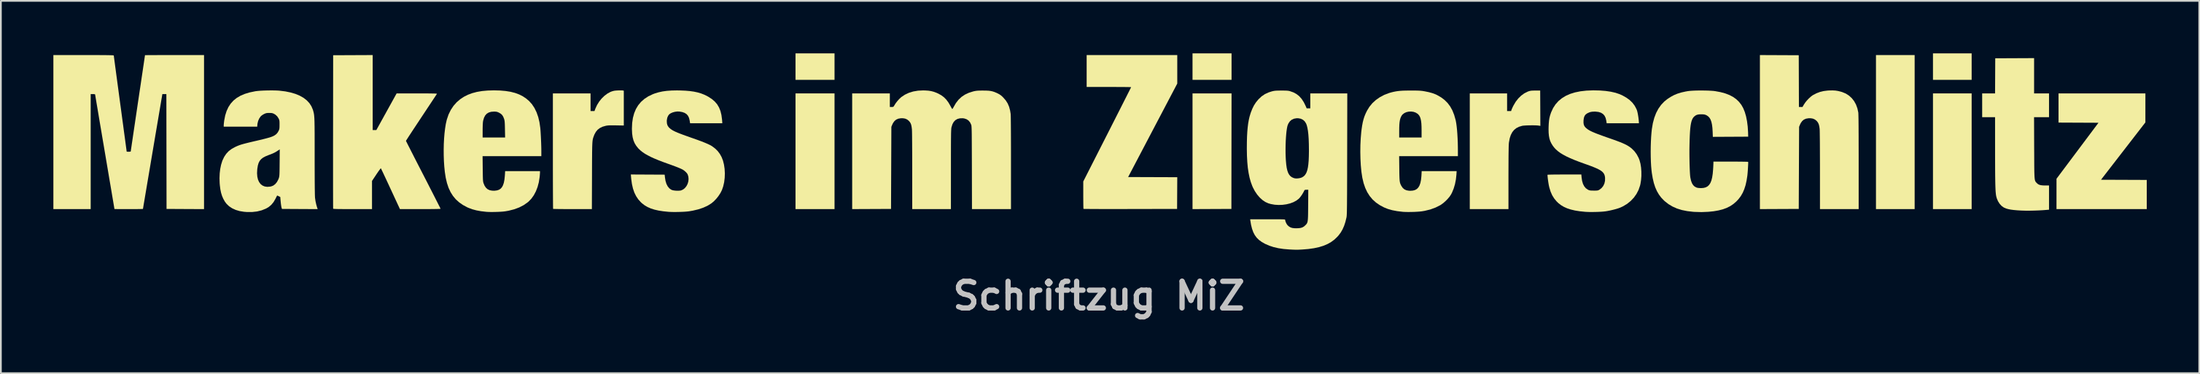
<source format=kicad_pcb>
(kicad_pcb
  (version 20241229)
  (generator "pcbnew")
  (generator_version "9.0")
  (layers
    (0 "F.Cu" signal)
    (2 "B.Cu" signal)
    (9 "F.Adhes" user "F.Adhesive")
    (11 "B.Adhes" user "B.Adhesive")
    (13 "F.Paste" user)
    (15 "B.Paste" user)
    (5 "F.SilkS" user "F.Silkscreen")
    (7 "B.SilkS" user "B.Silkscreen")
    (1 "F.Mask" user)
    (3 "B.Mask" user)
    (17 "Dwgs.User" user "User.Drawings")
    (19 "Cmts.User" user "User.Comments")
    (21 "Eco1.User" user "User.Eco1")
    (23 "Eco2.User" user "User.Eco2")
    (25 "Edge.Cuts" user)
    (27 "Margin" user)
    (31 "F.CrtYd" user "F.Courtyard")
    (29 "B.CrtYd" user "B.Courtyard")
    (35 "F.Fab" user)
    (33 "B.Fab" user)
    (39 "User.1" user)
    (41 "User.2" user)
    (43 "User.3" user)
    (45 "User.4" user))
  (footprint "Schriftzug MiZ"
    (layer "F.Cu")
    (at 59.738 5.604)
    (property "Reference" "Schriftzug MiZ" (at 0 8.255 0) (layer "Dwgs.User") (effects (font (size 1.524 1.524) (thickness 0.3))))
    (attr board_only exclude_from_pos_files exclude_from_bom)
    (fp_poly (pts (xy -15.104 -4.091) (xy -17.334 -4.091) (xy -17.334 -5.604) (xy -15.104 -5.604)) (stroke (width 0) (type solid)) (fill yes) (layer "F.SilkS"))
    (fp_poly (pts (xy -15.104 3.296) (xy -17.334 3.296) (xy -17.334 -3.316) (xy -15.104 -3.316)) (stroke (width 0) (type solid)) (fill yes) (layer "F.SilkS"))
    (fp_poly (pts (xy 7.581 -4.091) (xy 5.351 -4.091) (xy 5.351 -5.604) (xy 7.581 -5.604)) (stroke (width 0) (type solid)) (fill yes) (layer "F.SilkS"))
    (fp_poly (pts (xy 46.612 3.296) (xy 44.402 3.296) (xy 44.402 -5.507) (xy 46.612 -5.507)) (stroke (width 0) (type solid)) (fill yes) (layer "F.SilkS"))
    (fp_poly (pts (xy 49.869 -4.091) (xy 47.659 -4.091) (xy 47.659 -5.604) (xy 49.869 -5.604)) (stroke (width 0) (type solid)) (fill yes) (layer "F.SilkS"))
    (fp_poly (pts (xy 49.869 3.296) (xy 47.659 3.296) (xy 47.659 -3.316) (xy 49.869 -3.316)) (stroke (width 0) (type solid)) (fill yes) (layer "F.SilkS"))
    (fp_poly (pts (xy 7.576 -0.015) (xy 7.572 3.286) (xy 5.351 3.296) (xy 5.351 -3.316) (xy 7.581 -3.316)) (stroke (width 0) (type solid)) (fill yes) (layer "F.SilkS"))
    (fp_poly (pts (xy 59.796 -1.658) (xy 57.26 1.619) (xy 58.567 1.624) (xy 59.874 1.629) (xy 59.874 3.296) (xy 54.717 3.296) (xy 54.718 1.561) (xy 57.115 -1.638) (xy 55.974 -1.643) (xy 54.833 -1.648) (xy 54.833 -3.316) (xy 59.797 -3.316)) (stroke (width 0) (type solid)) (fill yes) (layer "F.SilkS"))
    (fp_poly (pts (xy 25.221 -2.47) (xy 25.226 -1.46) (xy 25.134 -1.475) (xy 25.059 -1.484) (xy 24.957 -1.489) (xy 24.834 -1.492) (xy 24.701 -1.492) (xy 24.565 -1.49) (xy 24.436 -1.486) (xy 24.322 -1.479) (xy 24.232 -1.471) (xy 24.19 -1.464) (xy 24.01 -1.411) (xy 23.856 -1.334) (xy 23.727 -1.231) (xy 23.621 -1.1) (xy 23.537 -0.94) (xy 23.475 -0.75) (xy 23.433 -0.528) (xy 23.423 -0.446) (xy 23.42 -0.396) (xy 23.417 -0.31) (xy 23.414 -0.19) (xy 23.412 -0.039) (xy 23.409 0.141) (xy 23.407 0.348) (xy 23.406 0.577) (xy 23.405 0.829) (xy 23.404 1.098) (xy 23.403 1.384) (xy 23.403 1.517) (xy 23.403 3.296) (xy 21.193 3.296) (xy 21.193 -3.316) (xy 23.325 -3.316) (xy 23.325 -2.307) (xy 23.555 -2.307) (xy 23.578 -2.38) (xy 23.598 -2.43) (xy 23.63 -2.501) (xy 23.669 -2.583) (xy 23.688 -2.621) (xy 23.816 -2.838) (xy 23.964 -3.028) (xy 24.13 -3.19) (xy 24.31 -3.321) (xy 24.501 -3.417) (xy 24.547 -3.434) (xy 24.606 -3.452) (xy 24.663 -3.465) (xy 24.73 -3.473) (xy 24.815 -3.477) (xy 24.927 -3.479) (xy 24.944 -3.479) (xy 25.216 -3.48)) (stroke (width 0) (type solid)) (fill yes) (layer "F.SilkS"))
    (fp_poly (pts (xy 4.479 -3.878) (xy 3.075 -1.207) (xy 1.672 1.464) (xy 3.076 1.469) (xy 4.479 1.474) (xy 4.474 2.38) (xy 4.469 3.286) (xy 1.802 3.291) (xy 1.483 3.292) (xy 1.175 3.292) (xy 0.88 3.292) (xy 0.6 3.292) (xy 0.338 3.292) (xy 0.095 3.292) (xy -0.126 3.291) (xy -0.323 3.29) (xy -0.494 3.289) (xy -0.637 3.288) (xy -0.748 3.287) (xy -0.827 3.286) (xy -0.871 3.284) (xy -0.879 3.283) (xy -0.882 3.262) (xy -0.884 3.206) (xy -0.887 3.119) (xy -0.889 3.006) (xy -0.89 2.871) (xy -0.891 2.719) (xy -0.892 2.553) (xy -0.892 2.494) (xy -0.892 1.717) (xy 0.475 -0.972) (xy 0.629 -1.274) (xy 0.777 -1.567) (xy 0.92 -1.848) (xy 1.056 -2.117) (xy 1.185 -2.37) (xy 1.305 -2.607) (xy 1.415 -2.825) (xy 1.515 -3.022) (xy 1.603 -3.196) (xy 1.679 -3.347) (xy 1.742 -3.471) (xy 1.79 -3.567) (xy 1.823 -3.633) (xy 1.84 -3.668) (xy 1.842 -3.673) (xy 1.823 -3.674) (xy 1.769 -3.676) (xy 1.682 -3.678) (xy 1.566 -3.68) (xy 1.424 -3.681) (xy 1.259 -3.682) (xy 1.075 -3.683) (xy 0.875 -3.684) (xy 0.661 -3.684) (xy 0.572 -3.684) (xy -0.698 -3.684) (xy -0.698 -5.507) (xy 4.479 -5.507)) (stroke (width 0) (type solid)) (fill yes) (layer "F.SilkS"))
    (fp_poly (pts (xy 53.437 -3.316) (xy 54.29 -3.316) (xy 54.29 -1.958) (xy 53.435 -1.958) (xy 53.441 -0.218) (xy 53.443 0.092) (xy 53.444 0.367) (xy 53.445 0.607) (xy 53.446 0.816) (xy 53.448 0.996) (xy 53.45 1.149) (xy 53.454 1.279) (xy 53.458 1.386) (xy 53.463 1.475) (xy 53.47 1.547) (xy 53.478 1.604) (xy 53.488 1.65) (xy 53.5 1.686) (xy 53.514 1.715) (xy 53.529 1.74) (xy 53.548 1.763) (xy 53.569 1.786) (xy 53.585 1.803) (xy 53.649 1.861) (xy 53.724 1.903) (xy 53.818 1.929) (xy 53.936 1.943) (xy 54.072 1.947) (xy 54.29 1.946) (xy 54.29 3.33) (xy 54.14 3.343) (xy 53.916 3.36) (xy 53.672 3.373) (xy 53.42 3.382) (xy 53.17 3.387) (xy 52.935 3.386) (xy 52.726 3.38) (xy 52.72 3.38) (xy 52.482 3.366) (xy 52.279 3.348) (xy 52.107 3.326) (xy 51.962 3.297) (xy 51.841 3.263) (xy 51.739 3.221) (xy 51.706 3.204) (xy 51.58 3.115) (xy 51.469 2.994) (xy 51.376 2.848) (xy 51.306 2.683) (xy 51.274 2.567) (xy 51.264 2.514) (xy 51.255 2.451) (xy 51.247 2.377) (xy 51.239 2.29) (xy 51.233 2.187) (xy 51.228 2.066) (xy 51.223 1.926) (xy 51.219 1.764) (xy 51.216 1.577) (xy 51.213 1.364) (xy 51.211 1.123) (xy 51.21 0.851) (xy 51.209 0.546) (xy 51.208 0.206) (xy 51.208 -0.073) (xy 51.207 -1.958) (xy 50.47 -1.958) (xy 50.47 -3.316) (xy 51.207 -3.316) (xy 51.217 -5.322) (xy 53.437 -5.332)) (stroke (width 0) (type solid)) (fill yes) (layer "F.SilkS"))
    (fp_poly (pts (xy 38.88 -5.502) (xy 39.99 -5.497) (xy 39.995 -4.018) (xy 40 -2.54) (xy 40.102 -2.541) (xy 40.204 -2.541) (xy 40.291 -2.69) (xy 40.363 -2.797) (xy 40.456 -2.911) (xy 40.56 -3.021) (xy 40.667 -3.12) (xy 40.767 -3.197) (xy 40.805 -3.221) (xy 41.004 -3.324) (xy 41.201 -3.399) (xy 41.408 -3.449) (xy 41.634 -3.478) (xy 41.74 -3.484) (xy 41.926 -3.487) (xy 42.089 -3.478) (xy 42.244 -3.453) (xy 42.406 -3.412) (xy 42.474 -3.391) (xy 42.677 -3.307) (xy 42.859 -3.191) (xy 43.018 -3.047) (xy 43.153 -2.875) (xy 43.261 -2.679) (xy 43.341 -2.461) (xy 43.392 -2.224) (xy 43.392 -2.223) (xy 43.395 -2.179) (xy 43.398 -2.101) (xy 43.401 -1.987) (xy 43.404 -1.838) (xy 43.406 -1.652) (xy 43.408 -1.43) (xy 43.409 -1.172) (xy 43.411 -0.876) (xy 43.411 -0.543) (xy 43.412 -0.172) (xy 43.413 0.238) (xy 43.413 0.612) (xy 43.413 3.296) (xy 41.202 3.296) (xy 41.202 1.091) (xy 41.202 0.795) (xy 41.201 0.509) (xy 41.2 0.234) (xy 41.199 -0.027) (xy 41.198 -0.271) (xy 41.197 -0.495) (xy 41.195 -0.697) (xy 41.193 -0.874) (xy 41.191 -1.023) (xy 41.189 -1.142) (xy 41.187 -1.229) (xy 41.184 -1.28) (xy 41.184 -1.286) (xy 41.164 -1.427) (xy 41.138 -1.537) (xy 41.1 -1.626) (xy 41.049 -1.702) (xy 41.008 -1.748) (xy 40.908 -1.827) (xy 40.794 -1.876) (xy 40.661 -1.897) (xy 40.553 -1.896) (xy 40.408 -1.872) (xy 40.286 -1.819) (xy 40.185 -1.734) (xy 40.102 -1.617) (xy 40.054 -1.515) (xy 40.01 -1.406) (xy 40 0.94) (xy 39.99 3.286) (xy 38.88 3.291) (xy 37.77 3.296) (xy 37.77 -5.507)) (stroke (width 0) (type solid)) (fill yes) (layer "F.SilkS"))
    (fp_poly (pts (xy -27.227 -3.486) (xy -27.195 -3.482) (xy -27.145 -3.47) (xy -27.145 -1.481) (xy -27.586 -1.489) (xy -27.744 -1.491) (xy -27.87 -1.491) (xy -27.97 -1.489) (xy -28.049 -1.484) (xy -28.115 -1.476) (xy -28.169 -1.466) (xy -28.356 -1.413) (xy -28.512 -1.338) (xy -28.641 -1.239) (xy -28.745 -1.113) (xy -28.828 -0.958) (xy -28.849 -0.903) (xy -28.866 -0.858) (xy -28.881 -0.817) (xy -28.895 -0.777) (xy -28.906 -0.737) (xy -28.916 -0.694) (xy -28.925 -0.645) (xy -28.932 -0.587) (xy -28.938 -0.519) (xy -28.943 -0.438) (xy -28.947 -0.341) (xy -28.951 -0.226) (xy -28.953 -0.09) (xy -28.956 0.069) (xy -28.957 0.254) (xy -28.959 0.467) (xy -28.96 0.711) (xy -28.961 0.988) (xy -28.962 1.3) (xy -28.962 1.381) (xy -28.969 3.296) (xy -30.07 3.296) (xy -30.273 3.296) (xy -30.465 3.295) (xy -30.641 3.294) (xy -30.799 3.293) (xy -30.934 3.291) (xy -31.044 3.289) (xy -31.124 3.287) (xy -31.172 3.285) (xy -31.184 3.283) (xy -31.186 3.263) (xy -31.187 3.206) (xy -31.189 3.114) (xy -31.19 2.989) (xy -31.191 2.833) (xy -31.192 2.649) (xy -31.193 2.438) (xy -31.194 2.202) (xy -31.195 1.943) (xy -31.196 1.664) (xy -31.196 1.366) (xy -31.197 1.051) (xy -31.197 0.721) (xy -31.197 0.379) (xy -31.197 0.026) (xy -31.197 -0.023) (xy -31.197 -3.316) (xy -29.045 -3.316) (xy -29.045 -2.307) (xy -28.821 -2.307) (xy -28.766 -2.453) (xy -28.673 -2.654) (xy -28.555 -2.844) (xy -28.416 -3.018) (xy -28.26 -3.171) (xy -28.094 -3.298) (xy -27.921 -3.394) (xy -27.843 -3.426) (xy -27.761 -3.451) (xy -27.681 -3.469) (xy -27.589 -3.479) (xy -27.471 -3.486) (xy -27.471 -3.486) (xy -27.376 -3.488) (xy -27.291 -3.488)) (stroke (width 0) (type solid)) (fill yes) (layer "F.SilkS"))
    (fp_poly (pts (xy -41.493 -1.222) (xy -41.284 -1.222) (xy -40.126 -3.315) (xy -38.967 -3.315) (xy -38.712 -3.315) (xy -38.495 -3.315) (xy -38.312 -3.314) (xy -38.162 -3.312) (xy -38.041 -3.31) (xy -37.95 -3.308) (xy -37.884 -3.305) (xy -37.842 -3.301) (xy -37.823 -3.296) (xy -37.821 -3.293) (xy -37.834 -3.274) (xy -37.866 -3.224) (xy -37.917 -3.148) (xy -37.984 -3.046) (xy -38.066 -2.922) (xy -38.162 -2.778) (xy -38.269 -2.616) (xy -38.387 -2.439) (xy -38.512 -2.249) (xy -38.645 -2.049) (xy -38.714 -1.945) (xy -38.849 -1.741) (xy -38.978 -1.546) (xy -39.099 -1.363) (xy -39.211 -1.194) (xy -39.311 -1.041) (xy -39.399 -0.908) (xy -39.472 -0.795) (xy -39.529 -0.707) (xy -39.569 -0.644) (xy -39.59 -0.61) (xy -39.593 -0.605) (xy -39.584 -0.586) (xy -39.559 -0.535) (xy -39.518 -0.453) (xy -39.463 -0.344) (xy -39.394 -0.21) (xy -39.314 -0.051) (xy -39.222 0.128) (xy -39.121 0.327) (xy -39.011 0.542) (xy -38.893 0.772) (xy -38.768 1.014) (xy -38.639 1.266) (xy -38.604 1.333) (xy -38.473 1.588) (xy -38.347 1.833) (xy -38.228 2.067) (xy -38.115 2.286) (xy -38.011 2.49) (xy -37.917 2.675) (xy -37.834 2.839) (xy -37.762 2.981) (xy -37.703 3.097) (xy -37.658 3.186) (xy -37.629 3.246) (xy -37.616 3.274) (xy -37.615 3.276) (xy -37.633 3.281) (xy -37.685 3.285) (xy -37.773 3.288) (xy -37.897 3.291) (xy -38.058 3.293) (xy -38.255 3.295) (xy -38.491 3.296) (xy -38.765 3.296) (xy -38.776 3.296) (xy -39.936 3.296) (xy -39.956 3.253) (xy -39.968 3.228) (xy -39.994 3.171) (xy -40.034 3.085) (xy -40.086 2.973) (xy -40.148 2.839) (xy -40.22 2.685) (xy -40.299 2.514) (xy -40.384 2.33) (xy -40.474 2.136) (xy -40.494 2.094) (xy -40.584 1.899) (xy -40.67 1.714) (xy -40.75 1.543) (xy -40.823 1.388) (xy -40.886 1.253) (xy -40.94 1.14) (xy -40.982 1.052) (xy -41.01 0.993) (xy -41.024 0.966) (xy -41.025 0.964) (xy -41.04 0.975) (xy -41.072 1.014) (xy -41.12 1.078) (xy -41.179 1.16) (xy -41.246 1.258) (xy -41.286 1.318) (xy -41.532 1.687) (xy -41.532 3.296) (xy -42.638 3.296) (xy -42.883 3.296) (xy -43.092 3.295) (xy -43.267 3.294) (xy -43.411 3.293) (xy -43.526 3.291) (xy -43.614 3.288) (xy -43.679 3.285) (xy -43.722 3.281) (xy -43.746 3.277) (xy -43.753 3.272) (xy -43.754 3.251) (xy -43.754 3.192) (xy -43.755 3.098) (xy -43.756 2.971) (xy -43.756 2.812) (xy -43.757 2.623) (xy -43.757 2.405) (xy -43.758 2.161) (xy -43.758 1.892) (xy -43.758 1.6) (xy -43.758 1.287) (xy -43.758 0.954) (xy -43.758 0.603) (xy -43.758 0.236) (xy -43.758 -0.145) (xy -43.758 -0.54) (xy -43.757 -0.945) (xy -43.757 -1.125) (xy -43.752 -5.497) (xy -42.623 -5.502) (xy -41.493 -5.507)) (stroke (width 0) (type solid)) (fill yes) (layer "F.SilkS"))
    (fp_poly (pts (xy -34.215 -3.481) (xy -33.901 -3.454) (xy -33.617 -3.409) (xy -33.359 -3.343) (xy -33.125 -3.257) (xy -32.914 -3.15) (xy -32.721 -3.02) (xy -32.557 -2.881) (xy -32.392 -2.697) (xy -32.25 -2.483) (xy -32.131 -2.239) (xy -32.035 -1.967) (xy -31.964 -1.667) (xy -31.917 -1.342) (xy -31.916 -1.328) (xy -31.905 -1.203) (xy -31.895 -1.048) (xy -31.885 -0.873) (xy -31.876 -0.686) (xy -31.868 -0.496) (xy -31.862 -0.313) (xy -31.858 -0.145) (xy -31.857 -0.005) (xy -31.857 0.271) (xy -35.214 0.271) (xy -35.206 0.984) (xy -35.204 1.174) (xy -35.202 1.33) (xy -35.199 1.455) (xy -35.196 1.554) (xy -35.192 1.631) (xy -35.187 1.691) (xy -35.18 1.737) (xy -35.172 1.774) (xy -35.164 1.803) (xy -35.101 1.957) (xy -35.021 2.076) (xy -34.922 2.163) (xy -34.802 2.218) (xy -34.658 2.244) (xy -34.524 2.245) (xy -34.391 2.228) (xy -34.278 2.191) (xy -34.183 2.13) (xy -34.107 2.044) (xy -34.046 1.931) (xy -33.999 1.788) (xy -33.965 1.612) (xy -33.943 1.402) (xy -33.938 1.335) (xy -33.925 1.125) (xy -31.934 1.125) (xy -31.934 1.201) (xy -31.936 1.254) (xy -31.942 1.332) (xy -31.95 1.424) (xy -31.956 1.478) (xy -32.001 1.763) (xy -32.072 2.031) (xy -32.167 2.278) (xy -32.285 2.502) (xy -32.425 2.699) (xy -32.585 2.865) (xy -32.636 2.908) (xy -32.864 3.068) (xy -33.121 3.201) (xy -33.406 3.307) (xy -33.719 3.387) (xy -33.912 3.421) (xy -34.032 3.436) (xy -34.181 3.447) (xy -34.348 3.455) (xy -34.522 3.46) (xy -34.692 3.462) (xy -34.85 3.46) (xy -34.983 3.453) (xy -35.007 3.451) (xy -35.304 3.417) (xy -35.57 3.368) (xy -35.808 3.304) (xy -36.024 3.223) (xy -36.1 3.189) (xy -36.343 3.057) (xy -36.557 2.907) (xy -36.745 2.736) (xy -36.907 2.542) (xy -37.044 2.324) (xy -37.158 2.08) (xy -37.249 1.807) (xy -37.32 1.504) (xy -37.371 1.173) (xy -37.402 0.869) (xy -37.423 0.553) (xy -37.434 0.229) (xy -37.436 -0.097) (xy -37.43 -0.418) (xy -37.414 -0.731) (xy -37.409 -0.795) (xy -35.211 -0.795) (xy -33.927 -0.795) (xy -33.936 -1.265) (xy -33.939 -1.417) (xy -33.942 -1.537) (xy -33.947 -1.629) (xy -33.952 -1.701) (xy -33.96 -1.758) (xy -33.969 -1.805) (xy -33.982 -1.85) (xy -33.986 -1.863) (xy -34.036 -1.988) (xy -34.096 -2.082) (xy -34.175 -2.155) (xy -34.271 -2.212) (xy -34.344 -2.246) (xy -34.406 -2.265) (xy -34.472 -2.274) (xy -34.558 -2.277) (xy -34.722 -2.265) (xy -34.86 -2.225) (xy -34.973 -2.157) (xy -35.063 -2.058) (xy -35.131 -1.929) (xy -35.179 -1.767) (xy -35.191 -1.702) (xy -35.197 -1.644) (xy -35.203 -1.556) (xy -35.207 -1.446) (xy -35.21 -1.322) (xy -35.211 -1.193) (xy -35.211 -1.188) (xy -35.211 -0.795) (xy -37.409 -0.795) (xy -37.39 -1.028) (xy -37.357 -1.306) (xy -37.317 -1.558) (xy -37.268 -1.778) (xy -37.255 -1.827) (xy -37.158 -2.112) (xy -37.031 -2.371) (xy -36.877 -2.603) (xy -36.695 -2.809) (xy -36.49 -2.985) (xy -36.281 -3.123) (xy -36.055 -3.238) (xy -35.808 -3.33) (xy -35.539 -3.401) (xy -35.245 -3.451) (xy -34.922 -3.48) (xy -34.569 -3.49) (xy -34.561 -3.49)) (stroke (width 0) (type solid)) (fill yes) (layer "F.SilkS"))
    (fp_poly (pts (xy 17.996 -3.479) (xy 18.132 -3.478) (xy 18.243 -3.475) (xy 18.334 -3.471) (xy 18.414 -3.464) (xy 18.488 -3.456) (xy 18.564 -3.444) (xy 18.623 -3.434) (xy 18.852 -3.387) (xy 19.049 -3.333) (xy 19.222 -3.27) (xy 19.321 -3.224) (xy 19.551 -3.092) (xy 19.752 -2.941) (xy 19.926 -2.768) (xy 20.074 -2.57) (xy 20.198 -2.346) (xy 20.299 -2.093) (xy 20.38 -1.809) (xy 20.396 -1.739) (xy 20.421 -1.598) (xy 20.444 -1.425) (xy 20.465 -1.224) (xy 20.482 -1.001) (xy 20.496 -0.762) (xy 20.506 -0.513) (xy 20.512 -0.258) (xy 20.514 -0.063) (xy 20.514 0.271) (xy 17.157 0.271) (xy 17.165 0.974) (xy 17.167 1.172) (xy 17.17 1.336) (xy 17.174 1.469) (xy 17.179 1.578) (xy 17.186 1.665) (xy 17.196 1.737) (xy 17.209 1.796) (xy 17.225 1.848) (xy 17.246 1.897) (xy 17.271 1.947) (xy 17.287 1.977) (xy 17.364 2.088) (xy 17.459 2.169) (xy 17.575 2.221) (xy 17.716 2.246) (xy 17.8 2.249) (xy 17.944 2.238) (xy 18.067 2.205) (xy 18.17 2.146) (xy 18.254 2.06) (xy 18.32 1.946) (xy 18.371 1.801) (xy 18.407 1.624) (xy 18.429 1.412) (xy 18.433 1.344) (xy 18.445 1.125) (xy 20.442 1.125) (xy 20.43 1.323) (xy 20.4 1.602) (xy 20.347 1.871) (xy 20.272 2.124) (xy 20.178 2.353) (xy 20.125 2.455) (xy 20.043 2.579) (xy 19.934 2.71) (xy 19.808 2.838) (xy 19.674 2.955) (xy 19.542 3.05) (xy 19.508 3.071) (xy 19.234 3.209) (xy 18.936 3.318) (xy 18.614 3.396) (xy 18.458 3.422) (xy 18.336 3.436) (xy 18.185 3.447) (xy 18.017 3.456) (xy 17.842 3.46) (xy 17.671 3.462) (xy 17.515 3.459) (xy 17.384 3.453) (xy 17.363 3.451) (xy 17.046 3.413) (xy 16.762 3.359) (xy 16.51 3.287) (xy 16.294 3.2) (xy 16.048 3.069) (xy 15.831 2.919) (xy 15.64 2.747) (xy 15.476 2.552) (xy 15.336 2.332) (xy 15.22 2.086) (xy 15.126 1.812) (xy 15.054 1.507) (xy 15.002 1.171) (xy 14.999 1.145) (xy 14.966 0.79) (xy 14.946 0.414) (xy 14.938 0.027) (xy 14.943 -0.36) (xy 14.961 -0.736) (xy 14.966 -0.795) (xy 17.16 -0.795) (xy 18.439 -0.795) (xy 18.439 -1.2) (xy 18.436 -1.415) (xy 18.427 -1.596) (xy 18.409 -1.746) (xy 18.383 -1.869) (xy 18.348 -1.97) (xy 18.302 -2.053) (xy 18.245 -2.121) (xy 18.213 -2.15) (xy 18.102 -2.219) (xy 17.975 -2.263) (xy 17.839 -2.281) (xy 17.702 -2.274) (xy 17.57 -2.244) (xy 17.452 -2.19) (xy 17.355 -2.114) (xy 17.308 -2.057) (xy 17.264 -1.98) (xy 17.229 -1.895) (xy 17.202 -1.796) (xy 17.182 -1.678) (xy 17.169 -1.537) (xy 17.162 -1.367) (xy 17.16 -1.168) (xy 17.16 -0.795) (xy 14.966 -0.795) (xy 14.991 -1.091) (xy 15.008 -1.239) (xy 15.041 -1.467) (xy 15.078 -1.665) (xy 15.123 -1.842) (xy 15.176 -2.005) (xy 15.241 -2.164) (xy 15.321 -2.328) (xy 15.321 -2.328) (xy 15.46 -2.554) (xy 15.63 -2.76) (xy 15.83 -2.942) (xy 16.056 -3.1) (xy 16.306 -3.232) (xy 16.578 -3.336) (xy 16.702 -3.372) (xy 16.832 -3.404) (xy 16.956 -3.429) (xy 17.081 -3.448) (xy 17.214 -3.462) (xy 17.362 -3.472) (xy 17.533 -3.477) (xy 17.731 -3.479) (xy 17.828 -3.48)) (stroke (width 0) (type solid)) (fill yes) (layer "F.SilkS"))
    (fp_poly (pts (xy -9.927 -3.484) (xy -9.742 -3.472) (xy -9.581 -3.447) (xy -9.431 -3.408) (xy -9.279 -3.351) (xy -9.161 -3.297) (xy -8.993 -3.202) (xy -8.846 -3.091) (xy -8.716 -2.958) (xy -8.597 -2.798) (xy -8.485 -2.605) (xy -8.474 -2.584) (xy -8.436 -2.514) (xy -8.403 -2.459) (xy -8.381 -2.428) (xy -8.374 -2.424) (xy -8.358 -2.44) (xy -8.33 -2.482) (xy -8.298 -2.541) (xy -8.296 -2.545) (xy -8.166 -2.768) (xy -8.017 -2.958) (xy -7.846 -3.118) (xy -7.651 -3.248) (xy -7.431 -3.351) (xy -7.182 -3.429) (xy -7.148 -3.437) (xy -7.074 -3.453) (xy -7.001 -3.464) (xy -6.921 -3.472) (xy -6.825 -3.476) (xy -6.705 -3.478) (xy -6.612 -3.478) (xy -6.441 -3.476) (xy -6.3 -3.469) (xy -6.179 -3.454) (xy -6.07 -3.43) (xy -5.964 -3.395) (xy -5.851 -3.348) (xy -5.778 -3.313) (xy -5.687 -3.265) (xy -5.609 -3.213) (xy -5.532 -3.148) (xy -5.458 -3.075) (xy -5.321 -2.917) (xy -5.212 -2.745) (xy -5.13 -2.554) (xy -5.072 -2.339) (xy -5.042 -2.153) (xy -5.039 -2.106) (xy -5.036 -2.022) (xy -5.033 -1.9) (xy -5.031 -1.741) (xy -5.029 -1.547) (xy -5.027 -1.317) (xy -5.025 -1.052) (xy -5.024 -0.753) (xy -5.023 -0.421) (xy -5.022 -0.056) (xy -5.022 0.341) (xy -5.022 0.654) (xy -5.022 3.296) (xy -7.251 3.296) (xy -7.256 0.936) (xy -7.257 0.582) (xy -7.258 0.265) (xy -7.259 -0.017) (xy -7.26 -0.267) (xy -7.261 -0.486) (xy -7.262 -0.677) (xy -7.263 -0.842) (xy -7.264 -0.983) (xy -7.266 -1.102) (xy -7.268 -1.201) (xy -7.27 -1.282) (xy -7.273 -1.348) (xy -7.276 -1.4) (xy -7.279 -1.44) (xy -7.283 -1.472) (xy -7.287 -1.496) (xy -7.292 -1.515) (xy -7.295 -1.524) (xy -7.359 -1.659) (xy -7.447 -1.765) (xy -7.56 -1.84) (xy -7.695 -1.885) (xy -7.785 -1.896) (xy -7.945 -1.891) (xy -8.083 -1.855) (xy -8.199 -1.787) (xy -8.294 -1.687) (xy -8.367 -1.554) (xy -8.419 -1.389) (xy -8.424 -1.367) (xy -8.429 -1.341) (xy -8.433 -1.307) (xy -8.436 -1.263) (xy -8.439 -1.207) (xy -8.442 -1.136) (xy -8.445 -1.048) (xy -8.447 -0.941) (xy -8.448 -0.814) (xy -8.45 -0.664) (xy -8.451 -0.489) (xy -8.452 -0.287) (xy -8.452 -0.055) (xy -8.453 0.207) (xy -8.453 0.504) (xy -8.453 0.835) (xy -8.453 1.032) (xy -8.454 3.296) (xy -10.664 3.296) (xy -10.665 1.11) (xy -10.665 0.818) (xy -10.666 0.534) (xy -10.666 0.261) (xy -10.667 0.001) (xy -10.669 -0.242) (xy -10.67 -0.466) (xy -10.672 -0.668) (xy -10.673 -0.846) (xy -10.675 -0.997) (xy -10.677 -1.117) (xy -10.68 -1.205) (xy -10.682 -1.258) (xy -10.682 -1.264) (xy -10.7 -1.408) (xy -10.724 -1.522) (xy -10.759 -1.613) (xy -10.808 -1.69) (xy -10.859 -1.748) (xy -10.959 -1.827) (xy -11.072 -1.876) (xy -11.206 -1.897) (xy -11.313 -1.896) (xy -11.458 -1.872) (xy -11.58 -1.819) (xy -11.681 -1.734) (xy -11.764 -1.617) (xy -11.812 -1.515) (xy -11.857 -1.406) (xy -11.876 3.286) (xy -14.096 3.296) (xy -14.096 -3.316) (xy -11.944 -3.316) (xy -11.944 -2.54) (xy -11.841 -2.54) (xy -11.78 -2.542) (xy -11.744 -2.552) (xy -11.719 -2.578) (xy -11.693 -2.622) (xy -11.614 -2.748) (xy -11.514 -2.878) (xy -11.404 -3) (xy -11.296 -3.1) (xy -11.289 -3.106) (xy -11.085 -3.242) (xy -10.858 -3.349) (xy -10.608 -3.426) (xy -10.337 -3.472) (xy -10.045 -3.487)) (stroke (width 0) (type solid)) (fill yes) (layer "F.SilkS"))
    (fp_poly (pts (xy 34.619 -3.48) (xy 34.8 -3.476) (xy 34.966 -3.468) (xy 35.11 -3.458) (xy 35.216 -3.445) (xy 35.519 -3.389) (xy 35.789 -3.316) (xy 36.027 -3.225) (xy 36.236 -3.115) (xy 36.419 -2.985) (xy 36.577 -2.833) (xy 36.713 -2.658) (xy 36.716 -2.653) (xy 36.819 -2.469) (xy 36.907 -2.252) (xy 36.979 -2.005) (xy 37.034 -1.728) (xy 37.073 -1.426) (xy 37.094 -1.1) (xy 37.095 -1.057) (xy 37.101 -0.843) (xy 36.091 -0.838) (xy 35.081 -0.833) (xy 35.07 -1.129) (xy 35.056 -1.351) (xy 35.032 -1.538) (xy 34.997 -1.694) (xy 34.95 -1.821) (xy 34.89 -1.924) (xy 34.814 -2.004) (xy 34.722 -2.065) (xy 34.689 -2.081) (xy 34.629 -2.103) (xy 34.56 -2.116) (xy 34.469 -2.122) (xy 34.426 -2.122) (xy 34.299 -2.118) (xy 34.2 -2.101) (xy 34.119 -2.07) (xy 34.046 -2.019) (xy 34.023 -2) (xy 33.973 -1.948) (xy 33.93 -1.886) (xy 33.893 -1.81) (xy 33.861 -1.718) (xy 33.834 -1.608) (xy 33.811 -1.476) (xy 33.792 -1.32) (xy 33.777 -1.137) (xy 33.765 -0.925) (xy 33.755 -0.679) (xy 33.748 -0.399) (xy 33.746 -0.31) (xy 33.743 -0.116) (xy 33.743 0.087) (xy 33.744 0.296) (xy 33.747 0.504) (xy 33.751 0.707) (xy 33.757 0.899) (xy 33.764 1.076) (xy 33.772 1.231) (xy 33.781 1.361) (xy 33.791 1.459) (xy 33.796 1.493) (xy 33.835 1.671) (xy 33.888 1.815) (xy 33.956 1.926) (xy 34.041 2.008) (xy 34.145 2.062) (xy 34.188 2.076) (xy 34.246 2.086) (xy 34.326 2.093) (xy 34.411 2.096) (xy 34.415 2.096) (xy 34.556 2.085) (xy 34.679 2.052) (xy 34.783 1.995) (xy 34.87 1.912) (xy 34.942 1.801) (xy 34.999 1.66) (xy 35.042 1.487) (xy 35.074 1.28) (xy 35.095 1.039) (xy 35.102 0.929) (xy 35.107 0.826) (xy 35.111 0.739) (xy 35.113 0.678) (xy 35.114 0.664) (xy 35.114 0.582) (xy 36.102 0.582) (xy 36.294 0.582) (xy 36.474 0.583) (xy 36.638 0.584) (xy 36.783 0.586) (xy 36.905 0.588) (xy 37 0.59) (xy 37.065 0.593) (xy 37.096 0.595) (xy 37.098 0.596) (xy 37.101 0.621) (xy 37.101 0.677) (xy 37.098 0.758) (xy 37.093 0.856) (xy 37.087 0.965) (xy 37.08 1.077) (xy 37.072 1.186) (xy 37.063 1.284) (xy 37.055 1.365) (xy 37.053 1.386) (xy 37.007 1.676) (xy 36.949 1.933) (xy 36.876 2.161) (xy 36.788 2.365) (xy 36.682 2.549) (xy 36.556 2.717) (xy 36.423 2.86) (xy 36.258 3.003) (xy 36.077 3.125) (xy 35.877 3.226) (xy 35.654 3.308) (xy 35.404 3.372) (xy 35.126 3.42) (xy 34.823 3.451) (xy 34.432 3.467) (xy 34.039 3.456) (xy 33.952 3.45) (xy 33.618 3.411) (xy 33.313 3.35) (xy 33.035 3.264) (xy 32.782 3.152) (xy 32.551 3.015) (xy 32.339 2.85) (xy 32.29 2.806) (xy 32.135 2.644) (xy 32.001 2.466) (xy 31.886 2.269) (xy 31.789 2.049) (xy 31.709 1.804) (xy 31.645 1.529) (xy 31.594 1.223) (xy 31.575 1.064) (xy 31.555 0.839) (xy 31.541 0.584) (xy 31.533 0.308) (xy 31.53 0.02) (xy 31.533 -0.272) (xy 31.542 -0.56) (xy 31.556 -0.834) (xy 31.576 -1.086) (xy 31.597 -1.28) (xy 31.654 -1.615) (xy 31.735 -1.92) (xy 31.84 -2.196) (xy 31.97 -2.442) (xy 32.125 -2.66) (xy 32.305 -2.85) (xy 32.478 -2.99) (xy 32.668 -3.115) (xy 32.859 -3.218) (xy 33.058 -3.301) (xy 33.275 -3.368) (xy 33.518 -3.422) (xy 33.652 -3.446) (xy 33.761 -3.459) (xy 33.901 -3.469) (xy 34.065 -3.477) (xy 34.244 -3.481) (xy 34.431 -3.482)) (stroke (width 0) (type solid)) (fill yes) (layer "F.SilkS"))
    (fp_poly (pts (xy -23.927 -3.484) (xy -23.633 -3.472) (xy -23.373 -3.45) (xy -23.139 -3.417) (xy -22.927 -3.372) (xy -22.732 -3.315) (xy -22.548 -3.243) (xy -22.37 -3.155) (xy -22.311 -3.122) (xy -22.114 -2.994) (xy -21.948 -2.852) (xy -21.812 -2.694) (xy -21.705 -2.515) (xy -21.623 -2.313) (xy -21.567 -2.085) (xy -21.532 -1.827) (xy -21.528 -1.779) (xy -21.516 -1.609) (xy -23.357 -1.609) (xy -23.38 -1.757) (xy -23.416 -1.909) (xy -23.473 -2.032) (xy -23.555 -2.128) (xy -23.663 -2.2) (xy -23.8 -2.249) (xy -23.966 -2.279) (xy -24.089 -2.282) (xy -24.219 -2.265) (xy -24.346 -2.231) (xy -24.458 -2.184) (xy -24.544 -2.126) (xy -24.55 -2.12) (xy -24.615 -2.034) (xy -24.662 -1.921) (xy -24.686 -1.79) (xy -24.689 -1.737) (xy -24.681 -1.602) (xy -24.649 -1.49) (xy -24.588 -1.394) (xy -24.527 -1.332) (xy -24.475 -1.288) (xy -24.417 -1.246) (xy -24.35 -1.204) (xy -24.27 -1.162) (xy -24.174 -1.116) (xy -24.059 -1.067) (xy -23.922 -1.013) (xy -23.76 -0.952) (xy -23.569 -0.883) (xy -23.346 -0.804) (xy -23.209 -0.756) (xy -22.941 -0.661) (xy -22.709 -0.575) (xy -22.512 -0.497) (xy -22.349 -0.427) (xy -22.218 -0.364) (xy -22.118 -0.307) (xy -22.093 -0.291) (xy -21.918 -0.158) (xy -21.775 -0.016) (xy -21.657 0.142) (xy -21.558 0.32) (xy -21.478 0.524) (xy -21.421 0.752) (xy -21.385 0.997) (xy -21.371 1.252) (xy -21.38 1.508) (xy -21.411 1.76) (xy -21.465 1.998) (xy -21.538 2.208) (xy -21.624 2.379) (xy -21.738 2.552) (xy -21.87 2.717) (xy -22.014 2.864) (xy -22.152 2.976) (xy -22.364 3.106) (xy -22.61 3.217) (xy -22.887 3.31) (xy -23.195 3.383) (xy -23.425 3.423) (xy -23.536 3.435) (xy -23.677 3.446) (xy -23.838 3.454) (xy -24.009 3.459) (xy -24.182 3.462) (xy -24.346 3.461) (xy -24.492 3.457) (xy -24.589 3.452) (xy -24.89 3.421) (xy -25.157 3.38) (xy -25.394 3.326) (xy -25.603 3.259) (xy -25.789 3.177) (xy -25.956 3.079) (xy -26.106 2.963) (xy -26.172 2.902) (xy -26.319 2.739) (xy -26.441 2.557) (xy -26.542 2.352) (xy -26.621 2.122) (xy -26.68 1.864) (xy -26.72 1.575) (xy -26.729 1.478) (xy -26.742 1.318) (xy -25.775 1.323) (xy -24.809 1.328) (xy -24.794 1.483) (xy -24.762 1.681) (xy -24.71 1.852) (xy -24.638 1.994) (xy -24.547 2.106) (xy -24.438 2.185) (xy -24.401 2.202) (xy -24.329 2.223) (xy -24.231 2.238) (xy -24.121 2.246) (xy -24.013 2.246) (xy -23.92 2.238) (xy -23.877 2.23) (xy -23.758 2.177) (xy -23.654 2.094) (xy -23.568 1.987) (xy -23.502 1.862) (xy -23.46 1.725) (xy -23.444 1.582) (xy -23.456 1.44) (xy -23.496 1.313) (xy -23.539 1.245) (xy -23.609 1.17) (xy -23.697 1.095) (xy -23.772 1.043) (xy -23.834 1.011) (xy -23.928 0.968) (xy -24.052 0.916) (xy -24.202 0.858) (xy -24.374 0.794) (xy -24.564 0.725) (xy -24.586 0.718) (xy -24.89 0.608) (xy -25.159 0.505) (xy -25.396 0.407) (xy -25.603 0.313) (xy -25.784 0.22) (xy -25.942 0.129) (xy -26.078 0.036) (xy -26.197 -0.059) (xy -26.3 -0.157) (xy -26.323 -0.182) (xy -26.436 -0.322) (xy -26.525 -0.47) (xy -26.593 -0.632) (xy -26.64 -0.813) (xy -26.669 -1.018) (xy -26.68 -1.253) (xy -26.681 -1.309) (xy -26.667 -1.626) (xy -26.624 -1.918) (xy -26.552 -2.184) (xy -26.451 -2.426) (xy -26.32 -2.642) (xy -26.159 -2.834) (xy -25.968 -3.002) (xy -25.748 -3.146) (xy -25.496 -3.267) (xy -25.376 -3.313) (xy -25.162 -3.378) (xy -24.932 -3.428) (xy -24.683 -3.462) (xy -24.41 -3.481) (xy -24.107 -3.487)) (stroke (width 0) (type solid)) (fill yes) (layer "F.SilkS"))
    (fp_poly (pts (xy -57.703 -5.506) (xy -57.43 -5.506) (xy -57.192 -5.506) (xy -56.987 -5.505) (xy -56.813 -5.504) (xy -56.667 -5.502) (xy -56.548 -5.5) (xy -56.455 -5.498) (xy -56.384 -5.495) (xy -56.334 -5.492) (xy -56.303 -5.489) (xy -56.289 -5.484) (xy -56.287 -5.482) (xy -56.285 -5.461) (xy -56.277 -5.403) (xy -56.265 -5.311) (xy -56.249 -5.187) (xy -56.228 -5.033) (xy -56.204 -4.852) (xy -56.176 -4.646) (xy -56.146 -4.416) (xy -56.112 -4.166) (xy -56.076 -3.896) (xy -56.037 -3.61) (xy -55.997 -3.31) (xy -55.955 -2.998) (xy -55.919 -2.73) (xy -55.875 -2.41) (xy -55.834 -2.099) (xy -55.794 -1.802) (xy -55.755 -1.52) (xy -55.72 -1.254) (xy -55.687 -1.008) (xy -55.656 -0.783) (xy -55.629 -0.582) (xy -55.606 -0.407) (xy -55.586 -0.259) (xy -55.57 -0.142) (xy -55.559 -0.057) (xy -55.552 -0.006) (xy -55.55 0.009) (xy -55.533 0.014) (xy -55.487 0.018) (xy -55.434 0.019) (xy -55.371 0.016) (xy -55.33 0.009) (xy -55.318 -0.000193) (xy -55.315 -0.021) (xy -55.307 -0.079) (xy -55.293 -0.17) (xy -55.275 -0.293) (xy -55.253 -0.446) (xy -55.226 -0.626) (xy -55.196 -0.832) (xy -55.162 -1.061) (xy -55.125 -1.311) (xy -55.085 -1.58) (xy -55.043 -1.865) (xy -54.998 -2.165) (xy -54.952 -2.477) (xy -54.911 -2.757) (xy -54.863 -3.077) (xy -54.817 -3.388) (xy -54.772 -3.685) (xy -54.73 -3.968) (xy -54.691 -4.233) (xy -54.654 -4.48) (xy -54.621 -4.705) (xy -54.591 -4.906) (xy -54.565 -5.082) (xy -54.543 -5.23) (xy -54.526 -5.348) (xy -54.513 -5.433) (xy -54.506 -5.485) (xy -54.503 -5.5) (xy -54.484 -5.501) (xy -54.43 -5.502) (xy -54.341 -5.503) (xy -54.223 -5.504) (xy -54.077 -5.504) (xy -53.906 -5.505) (xy -53.712 -5.506) (xy -53.5 -5.506) (xy -53.271 -5.506) (xy -53.028 -5.507) (xy -52.816 -5.507) (xy -51.13 -5.507) (xy -51.13 3.297) (xy -52.201 3.292) (xy -53.272 3.286) (xy -53.277 0.005) (xy -53.282 -3.277) (xy -53.511 -3.277) (xy -53.531 -3.156) (xy -53.544 -3.08) (xy -53.563 -2.972) (xy -53.586 -2.834) (xy -53.614 -2.669) (xy -53.646 -2.48) (xy -53.682 -2.268) (xy -53.721 -2.036) (xy -53.763 -1.787) (xy -53.808 -1.522) (xy -53.855 -1.245) (xy -53.904 -0.957) (xy -53.954 -0.661) (xy -54.005 -0.36) (xy -54.056 -0.056) (xy -54.108 0.249) (xy -54.159 0.553) (xy -54.209 0.852) (xy -54.259 1.145) (xy -54.307 1.429) (xy -54.353 1.702) (xy -54.397 1.962) (xy -54.438 2.205) (xy -54.476 2.43) (xy -54.51 2.633) (xy -54.54 2.814) (xy -54.567 2.969) (xy -54.588 3.096) (xy -54.604 3.193) (xy -54.615 3.256) (xy -54.62 3.285) (xy -54.62 3.286) (xy -54.638 3.288) (xy -54.692 3.29) (xy -54.776 3.292) (xy -54.887 3.294) (xy -55.021 3.295) (xy -55.174 3.296) (xy -55.341 3.296) (xy -55.434 3.296) (xy -55.608 3.296) (xy -55.768 3.296) (xy -55.913 3.295) (xy -56.036 3.295) (xy -56.135 3.294) (xy -56.205 3.293) (xy -56.243 3.292) (xy -56.248 3.291) (xy -56.252 3.272) (xy -56.261 3.216) (xy -56.276 3.127) (xy -56.297 3.004) (xy -56.322 2.852) (xy -56.353 2.671) (xy -56.388 2.463) (xy -56.427 2.231) (xy -56.47 1.977) (xy -56.517 1.701) (xy -56.567 1.408) (xy -56.619 1.097) (xy -56.674 0.772) (xy -56.731 0.435) (xy -56.79 0.086) (xy -56.801 0.022) (xy -56.86 -0.328) (xy -56.918 -0.668) (xy -56.973 -0.996) (xy -57.026 -1.31) (xy -57.077 -1.608) (xy -57.124 -1.887) (xy -57.167 -2.146) (xy -57.207 -2.383) (xy -57.243 -2.596) (xy -57.275 -2.783) (xy -57.301 -2.942) (xy -57.323 -3.071) (xy -57.339 -3.168) (xy -57.349 -3.231) (xy -57.353 -3.258) (xy -57.354 -3.259) (xy -57.371 -3.268) (xy -57.418 -3.275) (xy -57.48 -3.277) (xy -57.606 -3.277) (xy -57.606 3.296) (xy -59.738 3.296) (xy -59.738 -5.507) (xy -58.013 -5.507)) (stroke (width 0) (type solid)) (fill yes) (layer "F.SilkS"))
    (fp_poly (pts (xy 28.629 -3.482) (xy 28.956 -3.456) (xy 29.251 -3.413) (xy 29.515 -3.353) (xy 29.751 -3.274) (xy 29.908 -3.204) (xy 30.136 -3.076) (xy 30.329 -2.936) (xy 30.489 -2.781) (xy 30.617 -2.61) (xy 30.717 -2.42) (xy 30.741 -2.36) (xy 30.765 -2.28) (xy 30.789 -2.172) (xy 30.812 -2.044) (xy 30.832 -1.908) (xy 30.847 -1.773) (xy 30.852 -1.701) (xy 30.858 -1.609) (xy 29.014 -1.609) (xy 28.993 -1.756) (xy 28.956 -1.911) (xy 28.895 -2.038) (xy 28.808 -2.137) (xy 28.694 -2.209) (xy 28.553 -2.255) (xy 28.383 -2.275) (xy 28.318 -2.276) (xy 28.198 -2.271) (xy 28.1 -2.255) (xy 28.03 -2.234) (xy 27.906 -2.178) (xy 27.814 -2.111) (xy 27.751 -2.026) (xy 27.712 -1.917) (xy 27.693 -1.779) (xy 27.692 -1.759) (xy 27.691 -1.631) (xy 27.708 -1.529) (xy 27.743 -1.447) (xy 27.801 -1.373) (xy 27.839 -1.337) (xy 27.894 -1.292) (xy 27.955 -1.248) (xy 28.025 -1.205) (xy 28.108 -1.161) (xy 28.207 -1.114) (xy 28.325 -1.064) (xy 28.465 -1.008) (xy 28.631 -0.946) (xy 28.826 -0.875) (xy 29.052 -0.795) (xy 29.188 -0.748) (xy 29.418 -0.667) (xy 29.615 -0.595) (xy 29.782 -0.531) (xy 29.925 -0.473) (xy 30.046 -0.418) (xy 30.151 -0.366) (xy 30.242 -0.313) (xy 30.325 -0.259) (xy 30.402 -0.201) (xy 30.441 -0.17) (xy 30.597 -0.016) (xy 30.732 0.166) (xy 30.84 0.369) (xy 30.893 0.505) (xy 30.945 0.7) (xy 30.98 0.921) (xy 30.997 1.156) (xy 30.998 1.397) (xy 30.98 1.633) (xy 30.945 1.855) (xy 30.923 1.949) (xy 30.838 2.197) (xy 30.719 2.428) (xy 30.568 2.641) (xy 30.388 2.831) (xy 30.182 2.997) (xy 29.95 3.137) (xy 29.782 3.214) (xy 29.668 3.255) (xy 29.526 3.298) (xy 29.368 3.339) (xy 29.203 3.377) (xy 29.042 3.408) (xy 28.948 3.423) (xy 28.833 3.436) (xy 28.689 3.447) (xy 28.525 3.455) (xy 28.352 3.46) (xy 28.177 3.462) (xy 28.012 3.461) (xy 27.865 3.456) (xy 27.775 3.45) (xy 27.472 3.419) (xy 27.203 3.376) (xy 26.965 3.32) (xy 26.754 3.251) (xy 26.567 3.167) (xy 26.4 3.067) (xy 26.251 2.95) (xy 26.151 2.852) (xy 26.013 2.685) (xy 25.9 2.502) (xy 25.81 2.296) (xy 25.738 2.062) (xy 25.712 1.948) (xy 25.697 1.865) (xy 25.68 1.762) (xy 25.664 1.65) (xy 25.65 1.539) (xy 25.64 1.44) (xy 25.634 1.364) (xy 25.633 1.336) (xy 25.652 1.332) (xy 25.706 1.329) (xy 25.793 1.326) (xy 25.909 1.323) (xy 26.051 1.321) (xy 26.217 1.32) (xy 26.402 1.319) (xy 26.6 1.318) (xy 27.567 1.318) (xy 27.58 1.475) (xy 27.61 1.681) (xy 27.661 1.854) (xy 27.734 1.996) (xy 27.828 2.107) (xy 27.944 2.188) (xy 27.955 2.193) (xy 28 2.213) (xy 28.045 2.226) (xy 28.1 2.234) (xy 28.174 2.238) (xy 28.277 2.239) (xy 28.279 2.239) (xy 28.38 2.239) (xy 28.45 2.236) (xy 28.501 2.23) (xy 28.54 2.218) (xy 28.578 2.2) (xy 28.601 2.187) (xy 28.723 2.094) (xy 28.818 1.975) (xy 28.885 1.835) (xy 28.92 1.678) (xy 28.923 1.511) (xy 28.912 1.424) (xy 28.891 1.346) (xy 28.859 1.275) (xy 28.812 1.21) (xy 28.748 1.147) (xy 28.664 1.086) (xy 28.557 1.025) (xy 28.425 0.962) (xy 28.265 0.894) (xy 28.073 0.82) (xy 27.849 0.739) (xy 27.757 0.707) (xy 27.445 0.594) (xy 27.169 0.487) (xy 26.925 0.384) (xy 26.712 0.284) (xy 26.527 0.185) (xy 26.366 0.087) (xy 26.229 -0.014) (xy 26.111 -0.118) (xy 26.011 -0.226) (xy 25.926 -0.34) (xy 25.849 -0.467) (xy 25.789 -0.596) (xy 25.745 -0.733) (xy 25.716 -0.885) (xy 25.699 -1.057) (xy 25.694 -1.256) (xy 25.697 -1.406) (xy 25.706 -1.595) (xy 25.72 -1.755) (xy 25.742 -1.897) (xy 25.773 -2.029) (xy 25.815 -2.161) (xy 25.844 -2.241) (xy 25.954 -2.478) (xy 26.092 -2.69) (xy 26.258 -2.877) (xy 26.453 -3.038) (xy 26.675 -3.175) (xy 26.927 -3.287) (xy 27.208 -3.374) (xy 27.519 -3.437) (xy 27.859 -3.475) (xy 28.23 -3.49) (xy 28.269 -3.49)) (stroke (width 0) (type solid)) (fill yes) (layer "F.SilkS"))
    (fp_poly (pts (xy -47.052 -3.484) (xy -46.905 -3.478) (xy -46.825 -3.472) (xy -46.487 -3.431) (xy -46.18 -3.368) (xy -45.902 -3.286) (xy -45.656 -3.183) (xy -45.442 -3.061) (xy -45.259 -2.919) (xy -45.109 -2.758) (xy -44.993 -2.578) (xy -44.909 -2.38) (xy -44.899 -2.346) (xy -44.886 -2.298) (xy -44.874 -2.253) (xy -44.863 -2.207) (xy -44.853 -2.159) (xy -44.845 -2.107) (xy -44.838 -2.047) (xy -44.832 -1.978) (xy -44.826 -1.898) (xy -44.822 -1.803) (xy -44.818 -1.692) (xy -44.816 -1.562) (xy -44.813 -1.412) (xy -44.812 -1.238) (xy -44.81 -1.038) (xy -44.81 -0.811) (xy -44.809 -0.553) (xy -44.809 -0.263) (xy -44.809 0.062) (xy -44.809 0.296) (xy -44.809 0.681) (xy -44.808 1.033) (xy -44.807 1.354) (xy -44.806 1.641) (xy -44.804 1.895) (xy -44.802 2.114) (xy -44.799 2.298) (xy -44.797 2.446) (xy -44.793 2.556) (xy -44.79 2.63) (xy -44.788 2.652) (xy -44.761 2.838) (xy -44.721 3.023) (xy -44.673 3.191) (xy -44.665 3.214) (xy -44.636 3.297) (xy -45.657 3.292) (xy -46.678 3.286) (xy -46.704 3.199) (xy -46.715 3.146) (xy -46.728 3.065) (xy -46.741 2.967) (xy -46.751 2.863) (xy -46.752 2.857) (xy -46.774 2.603) (xy -46.858 2.562) (xy -46.909 2.538) (xy -46.943 2.523) (xy -46.95 2.521) (xy -46.961 2.537) (xy -46.985 2.581) (xy -47.018 2.646) (xy -47.047 2.706) (xy -47.157 2.895) (xy -47.287 3.053) (xy -47.44 3.181) (xy -47.59 3.267) (xy -47.836 3.366) (xy -48.098 3.431) (xy -48.379 3.463) (xy -48.679 3.463) (xy -48.849 3.449) (xy -49.096 3.409) (xy -49.322 3.342) (xy -49.523 3.25) (xy -49.698 3.134) (xy -49.843 2.996) (xy -49.942 2.864) (xy -50.031 2.704) (xy -50.103 2.537) (xy -50.158 2.357) (xy -50.199 2.157) (xy -50.227 1.929) (xy -50.237 1.81) (xy -50.246 1.534) (xy -50.235 1.262) (xy -50.234 1.248) (xy -48.101 1.248) (xy -48.086 1.441) (xy -48.047 1.609) (xy -47.984 1.75) (xy -47.899 1.864) (xy -47.793 1.948) (xy -47.667 2.002) (xy -47.523 2.024) (xy -47.361 2.012) (xy -47.281 1.995) (xy -47.163 1.946) (xy -47.056 1.862) (xy -46.963 1.748) (xy -46.888 1.607) (xy -46.859 1.532) (xy -46.848 1.498) (xy -46.839 1.465) (xy -46.832 1.427) (xy -46.827 1.381) (xy -46.822 1.322) (xy -46.819 1.247) (xy -46.816 1.151) (xy -46.814 1.029) (xy -46.812 0.879) (xy -46.811 0.694) (xy -46.81 0.643) (xy -46.804 -0.119) (xy -46.916 -0.043) (xy -47.006 0.015) (xy -47.095 0.065) (xy -47.194 0.112) (xy -47.312 0.161) (xy -47.446 0.211) (xy -47.62 0.282) (xy -47.759 0.357) (xy -47.868 0.442) (xy -47.951 0.541) (xy -48.012 0.66) (xy -48.055 0.805) (xy -48.084 0.981) (xy -48.09 1.032) (xy -48.101 1.248) (xy -50.234 1.248) (xy -50.205 1.003) (xy -50.156 0.764) (xy -50.09 0.551) (xy -50.076 0.514) (xy -49.977 0.307) (xy -49.859 0.132) (xy -49.719 -0.017) (xy -49.552 -0.143) (xy -49.375 -0.242) (xy -49.299 -0.278) (xy -49.228 -0.31) (xy -49.156 -0.339) (xy -49.08 -0.367) (xy -48.996 -0.394) (xy -48.897 -0.423) (xy -48.781 -0.454) (xy -48.643 -0.489) (xy -48.478 -0.529) (xy -48.282 -0.575) (xy -48.173 -0.6) (xy -47.956 -0.651) (xy -47.774 -0.695) (xy -47.622 -0.733) (xy -47.496 -0.767) (xy -47.393 -0.796) (xy -47.308 -0.823) (xy -47.239 -0.849) (xy -47.18 -0.874) (xy -47.129 -0.9) (xy -47.1 -0.917) (xy -47.003 -0.987) (xy -46.928 -1.073) (xy -46.864 -1.184) (xy -46.858 -1.198) (xy -46.84 -1.243) (xy -46.827 -1.29) (xy -46.82 -1.348) (xy -46.817 -1.426) (xy -46.816 -1.532) (xy -46.816 -1.635) (xy -46.819 -1.709) (xy -46.825 -1.764) (xy -46.837 -1.809) (xy -46.855 -1.854) (xy -46.87 -1.884) (xy -46.951 -2.009) (xy -47.061 -2.107) (xy -47.154 -2.16) (xy -47.213 -2.182) (xy -47.278 -2.195) (xy -47.363 -2.199) (xy -47.41 -2.2) (xy -47.499 -2.197) (xy -47.564 -2.189) (xy -47.622 -2.173) (xy -47.688 -2.144) (xy -47.704 -2.136) (xy -47.778 -2.094) (xy -47.848 -2.044) (xy -47.893 -2.002) (xy -47.975 -1.884) (xy -48.038 -1.744) (xy -48.074 -1.597) (xy -48.08 -1.553) (xy -48.091 -1.415) (xy -50.005 -1.415) (xy -50.005 -1.495) (xy -50.002 -1.549) (xy -49.994 -1.628) (xy -49.983 -1.72) (xy -49.975 -1.778) (xy -49.92 -2.057) (xy -49.841 -2.309) (xy -49.737 -2.534) (xy -49.607 -2.732) (xy -49.45 -2.906) (xy -49.265 -3.055) (xy -49.05 -3.182) (xy -48.805 -3.287) (xy -48.528 -3.371) (xy -48.219 -3.435) (xy -48.173 -3.443) (xy -48.062 -3.456) (xy -47.92 -3.468) (xy -47.757 -3.477) (xy -47.58 -3.483) (xy -47.398 -3.486) (xy -47.22 -3.487)) (stroke (width 0) (type solid)) (fill yes) (layer "F.SilkS"))
    (fp_poly (pts (xy 10.562 -3.478) (xy 10.672 -3.476) (xy 10.756 -3.472) (xy 10.824 -3.465) (xy 10.881 -3.454) (xy 10.916 -3.445) (xy 11.117 -3.374) (xy 11.294 -3.278) (xy 11.45 -3.154) (xy 11.587 -3) (xy 11.708 -2.814) (xy 11.808 -2.613) (xy 11.873 -2.462) (xy 12.08 -2.462) (xy 12.08 -3.316) (xy 14.194 -3.316) (xy 14.187 0.15) (xy 14.186 0.584) (xy 14.185 0.981) (xy 14.185 1.343) (xy 14.184 1.671) (xy 14.183 1.967) (xy 14.182 2.233) (xy 14.181 2.47) (xy 14.179 2.681) (xy 14.178 2.867) (xy 14.177 3.029) (xy 14.175 3.17) (xy 14.173 3.291) (xy 14.172 3.394) (xy 14.169 3.481) (xy 14.167 3.553) (xy 14.164 3.612) (xy 14.162 3.66) (xy 14.158 3.699) (xy 14.155 3.73) (xy 14.151 3.754) (xy 14.149 3.768) (xy 14.086 4.028) (xy 14.011 4.256) (xy 13.922 4.458) (xy 13.817 4.639) (xy 13.691 4.805) (xy 13.624 4.88) (xy 13.457 5.039) (xy 13.27 5.177) (xy 13.063 5.294) (xy 12.831 5.392) (xy 12.574 5.471) (xy 12.287 5.532) (xy 11.97 5.577) (xy 11.652 5.603) (xy 11.534 5.61) (xy 11.44 5.615) (xy 11.36 5.618) (xy 11.286 5.619) (xy 11.207 5.617) (xy 11.115 5.614) (xy 11.002 5.609) (xy 10.877 5.602) (xy 10.552 5.575) (xy 10.257 5.531) (xy 9.988 5.469) (xy 9.738 5.387) (xy 9.503 5.285) (xy 9.491 5.279) (xy 9.307 5.175) (xy 9.15 5.06) (xy 9.018 4.931) (xy 8.909 4.783) (xy 8.82 4.612) (xy 8.75 4.415) (xy 8.694 4.187) (xy 8.658 3.97) (xy 8.645 3.878) (xy 9.645 3.878) (xy 9.867 3.878) (xy 10.054 3.878) (xy 10.208 3.879) (xy 10.333 3.879) (xy 10.431 3.881) (xy 10.506 3.883) (xy 10.561 3.885) (xy 10.6 3.889) (xy 10.624 3.893) (xy 10.637 3.899) (xy 10.643 3.906) (xy 10.645 3.914) (xy 10.645 3.916) (xy 10.657 3.983) (xy 10.688 4.066) (xy 10.731 4.148) (xy 10.78 4.216) (xy 10.795 4.232) (xy 10.875 4.299) (xy 10.959 4.346) (xy 11.055 4.375) (xy 11.173 4.389) (xy 11.275 4.392) (xy 11.421 4.387) (xy 11.537 4.371) (xy 11.632 4.34) (xy 11.714 4.293) (xy 11.789 4.228) (xy 11.825 4.192) (xy 11.856 4.158) (xy 11.881 4.124) (xy 11.901 4.085) (xy 11.917 4.038) (xy 11.93 3.979) (xy 11.939 3.906) (xy 11.946 3.813) (xy 11.951 3.698) (xy 11.954 3.557) (xy 11.956 3.386) (xy 11.958 3.182) (xy 11.959 3.068) (xy 11.965 2.191) (xy 11.86 2.191) (xy 11.8 2.192) (xy 11.764 2.201) (xy 11.742 2.226) (xy 11.719 2.273) (xy 11.719 2.273) (xy 11.674 2.359) (xy 11.614 2.458) (xy 11.547 2.556) (xy 11.48 2.642) (xy 11.428 2.699) (xy 11.287 2.808) (xy 11.118 2.899) (xy 10.925 2.971) (xy 10.716 3.022) (xy 10.496 3.052) (xy 10.27 3.06) (xy 10.045 3.046) (xy 9.827 3.007) (xy 9.686 2.967) (xy 9.516 2.891) (xy 9.35 2.78) (xy 9.192 2.637) (xy 9.045 2.466) (xy 8.913 2.271) (xy 8.799 2.056) (xy 8.761 1.967) (xy 8.678 1.741) (xy 8.609 1.495) (xy 8.554 1.225) (xy 8.51 0.93) (xy 8.48 0.606) (xy 8.461 0.252) (xy 8.454 -0.127) (xy 10.666 -0.127) (xy 10.667 0.095) (xy 10.673 0.311) (xy 10.684 0.504) (xy 10.704 0.734) (xy 10.731 0.929) (xy 10.768 1.092) (xy 10.815 1.225) (xy 10.874 1.331) (xy 10.945 1.414) (xy 11.032 1.477) (xy 11.134 1.521) (xy 11.178 1.534) (xy 11.268 1.546) (xy 11.376 1.541) (xy 11.488 1.523) (xy 11.586 1.493) (xy 11.606 1.483) (xy 11.689 1.433) (xy 11.76 1.369) (xy 11.82 1.286) (xy 11.871 1.184) (xy 11.912 1.059) (xy 11.945 0.909) (xy 11.969 0.731) (xy 11.987 0.523) (xy 11.997 0.282) (xy 12.002 0.007) (xy 12.002 -0.085) (xy 11.998 -0.416) (xy 11.988 -0.709) (xy 11.97 -0.965) (xy 11.945 -1.184) (xy 11.912 -1.367) (xy 11.873 -1.513) (xy 11.836 -1.603) (xy 11.758 -1.723) (xy 11.656 -1.812) (xy 11.533 -1.87) (xy 11.389 -1.896) (xy 11.295 -1.896) (xy 11.147 -1.87) (xy 11.021 -1.813) (xy 10.916 -1.724) (xy 10.833 -1.602) (xy 10.794 -1.517) (xy 10.767 -1.427) (xy 10.743 -1.303) (xy 10.721 -1.15) (xy 10.703 -0.973) (xy 10.688 -0.777) (xy 10.676 -0.568) (xy 10.669 -0.349) (xy 10.666 -0.127) (xy 8.454 -0.127) (xy 8.454 -0.137) (xy 8.454 -0.193) (xy 8.457 -0.535) (xy 8.465 -0.842) (xy 8.48 -1.118) (xy 8.502 -1.367) (xy 8.53 -1.592) (xy 8.566 -1.798) (xy 8.61 -1.988) (xy 8.663 -2.166) (xy 8.68 -2.217) (xy 8.765 -2.435) (xy 8.858 -2.623) (xy 8.967 -2.793) (xy 9.095 -2.952) (xy 9.126 -2.986) (xy 9.297 -3.146) (xy 9.485 -3.274) (xy 9.695 -3.372) (xy 9.867 -3.427) (xy 9.938 -3.445) (xy 10.001 -3.458) (xy 10.065 -3.467) (xy 10.138 -3.473) (xy 10.229 -3.476) (xy 10.346 -3.478) (xy 10.422 -3.479)) (stroke (width 0) (type solid)) (fill yes) (layer "F.SilkS")))
  (gr_rect
    (start -3 -3)
    (end 122.613 18.277)
    (stroke (width 0.1) (type default))
    (fill no)
    (layer "Edge.Cuts")))
</source>
